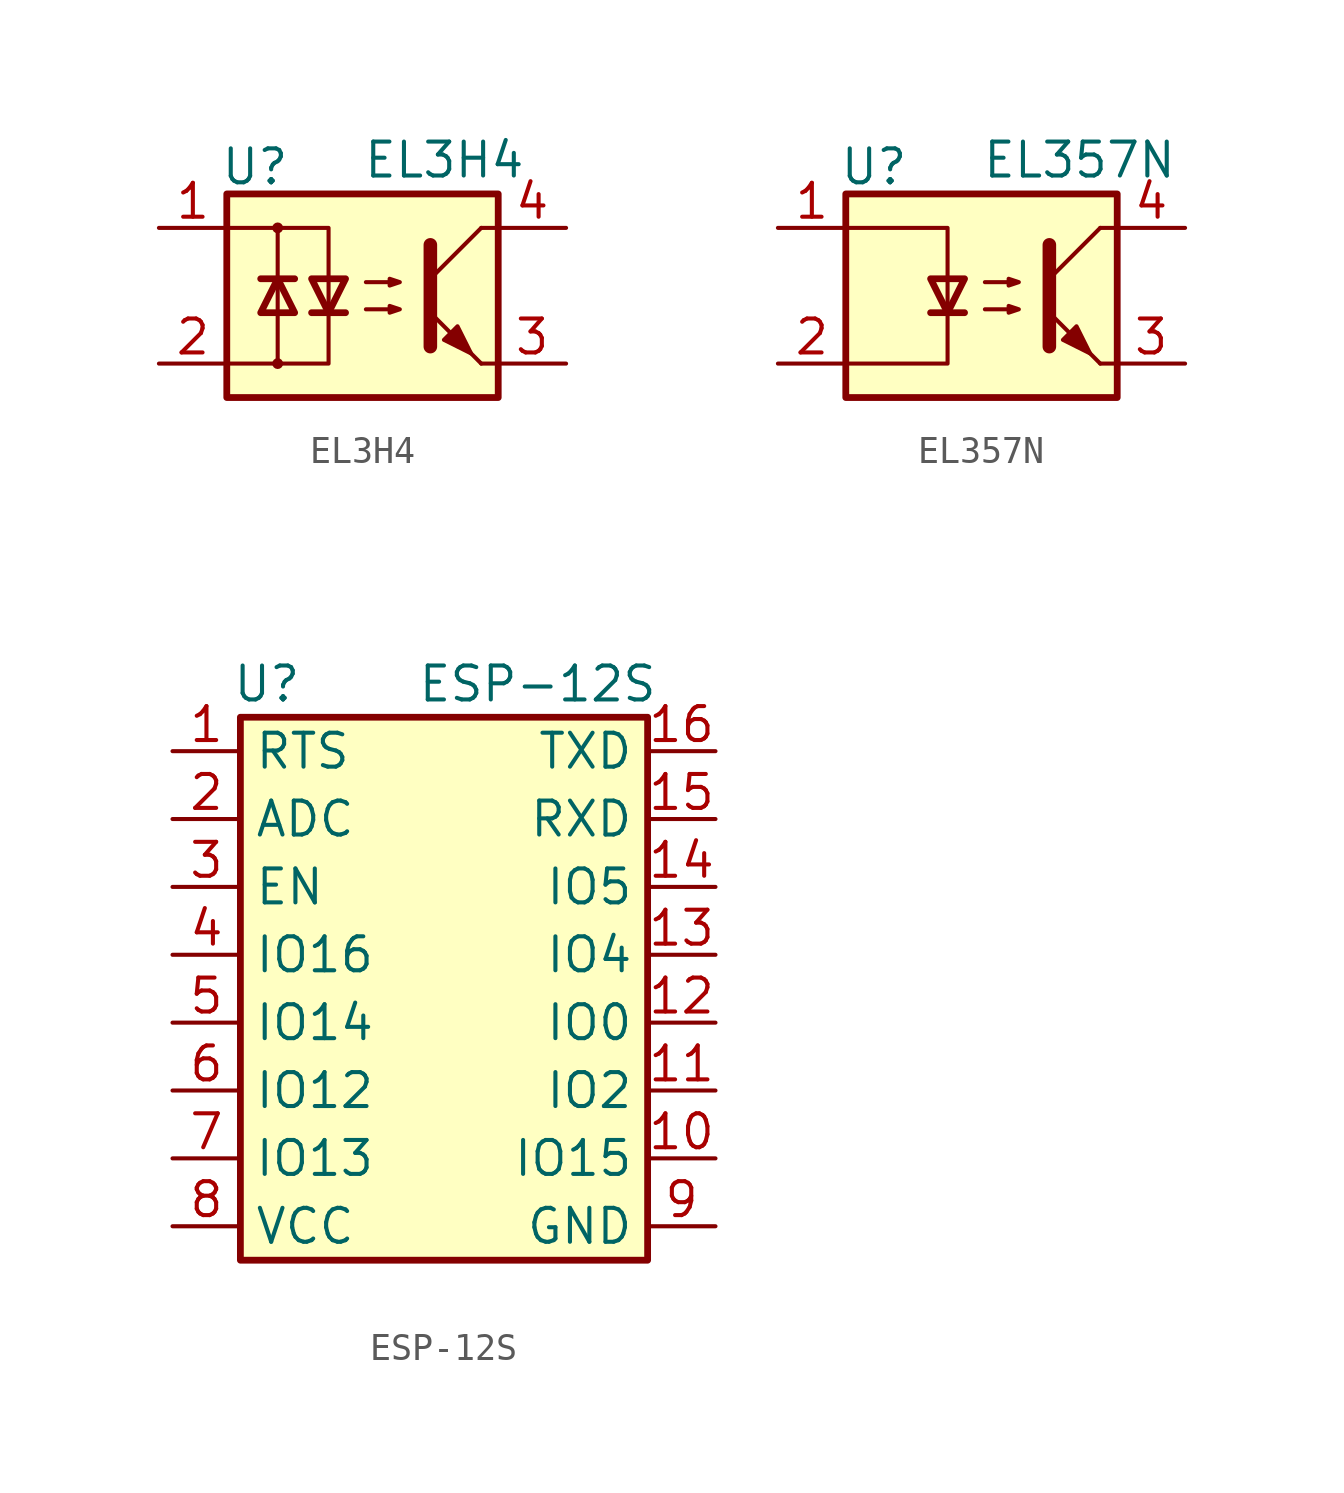
<source format=kicad_sym>
(kicad_symbol_lib
  (version 20211014)
  (generator kicad_symbol_editor)
  (symbol "EL3H4"
    (pin_names
      (offset 1.016))
    (property "Reference" "U"
      (at -5.334 4.826 0)
      (effects (font (size 1.27 1.27)) (justify left)))
    (property "Value" "EL3H4"
      (at 0 5.08 0)
      (effects (font (size 1.27 1.27)) (justify left)))
    (symbol "EL3H4_0_1"
      (rectangle (start -5.08 3.81) (end 5.08 -3.81) (stroke (width 0.254) (type default) (color 0 0 0 0)) (fill (type background)))
      (circle (center -3.175 -2.54) (radius 0.127) (stroke (width 0) (type default) (color 0 0 0 0)) (fill (type none)))
      (circle (center -3.175 2.54) (radius 0.127) (stroke (width 0) (type default) (color 0 0 0 0)) (fill (type none)))
      (polyline (pts (xy -3.81 0.635) (xy -2.54 0.635)) (stroke (width 0.254) (type default) (color 0 0 0 0)) (fill (type none)))
      (polyline (pts (xy -3.175 -0.635) (xy -3.175 -2.54)) (stroke (width 0) (type default) (color 0 0 0 0)) (fill (type none)))
      (polyline (pts (xy -3.175 0.635) (xy -3.175 -0.635)) (stroke (width 0) (type default) (color 0 0 0 0)) (fill (type none)))
      (polyline (pts (xy -3.175 0.635) (xy -3.175 2.54)) (stroke (width 0) (type default) (color 0 0 0 0)) (fill (type none)))
      (polyline (pts (xy -1.905 -0.635) (xy -0.635 -0.635)) (stroke (width 0.254) (type default) (color 0 0 0 0)) (fill (type none)))
      (polyline (pts (xy -1.27 0.635) (xy -1.27 -0.635)) (stroke (width 0) (type default) (color 0 0 0 0)) (fill (type none)))
      (polyline (pts (xy 2.54 0.635) (xy 4.445 2.54)) (stroke (width 0) (type default) (color 0 0 0 0)) (fill (type none)))
      (polyline (pts (xy 4.445 -2.54) (xy 2.54 -0.635)) (stroke (width 0) (type default) (color 0 0 0 0)) (fill (type outline)))
      (polyline (pts (xy 4.445 -2.54) (xy 5.08 -2.54)) (stroke (width 0) (type default) (color 0 0 0 0)) (fill (type none)))
      (polyline (pts (xy 4.445 2.54) (xy 5.08 2.54)) (stroke (width 0) (type default) (color 0 0 0 0)) (fill (type none)))
      (polyline (pts (xy -5.08 2.54) (xy -1.27 2.54) (xy -1.27 0.635)) (stroke (width 0) (type default) (color 0 0 0 0)) (fill (type none)))
      (polyline (pts (xy -1.27 -0.635) (xy -1.27 -2.54) (xy -5.08 -2.54)) (stroke (width 0) (type default) (color 0 0 0 0)) (fill (type none)))
      (polyline (pts (xy 2.54 1.905) (xy 2.54 -1.905) (xy 2.54 -1.905)) (stroke (width 0.508) (type default) (color 0 0 0 0)) (fill (type none)))
      (polyline (pts (xy -3.175 0.635) (xy -3.81 -0.635) (xy -2.54 -0.635) (xy -3.175 0.635)) (stroke (width 0.254) (type default) (color 0 0 0 0)) (fill (type none)))
      (polyline (pts (xy -1.27 -0.635) (xy -1.905 0.635) (xy -0.635 0.635) (xy -1.27 -0.635)) (stroke (width 0.254) (type default) (color 0 0 0 0)) (fill (type none)))
      (polyline (pts (xy 0.127 -0.508) (xy 1.397 -0.508) (xy 1.016 -0.635) (xy 1.016 -0.381) (xy 1.397 -0.508)) (stroke (width 0) (type default) (color 0 0 0 0)) (fill (type none)))
      (polyline (pts (xy 0.127 0.508) (xy 1.397 0.508) (xy 1.016 0.381) (xy 1.016 0.635) (xy 1.397 0.508)) (stroke (width 0) (type default) (color 0 0 0 0)) (fill (type none)))
      (polyline (pts (xy 3.048 -1.651) (xy 3.556 -1.143) (xy 4.064 -2.159) (xy 3.048 -1.651) (xy 3.048 -1.651)) (stroke (width 0) (type default) (color 0 0 0 0)) (fill (type outline))))
    (symbol "EL3H4_1_1"
      (pin passive line (at -7.62 2.54 0) (length 2.54) (name "~" (effects (font (size 1.27 1.27)))) (number "1" (effects (font (size 1.27 1.27)))))
      (pin passive line (at -7.62 -2.54 0) (length 2.54) (name "~" (effects (font (size 1.27 1.27)))) (number "2" (effects (font (size 1.27 1.27)))))
      (pin passive line (at 7.62 -2.54 180) (length 2.54) (name "~" (effects (font (size 1.27 1.27)))) (number "3" (effects (font (size 1.27 1.27)))))
      (pin passive line (at 7.62 2.54 180) (length 2.54) (name "~" (effects (font (size 1.27 1.27)))) (number "4" (effects (font (size 1.27 1.27)))))))
  (symbol "EL357N"
    (pin_names
      (offset 1.016))
    (property "Reference" "U"
      (at -5.334 4.826 0)
      (effects (font (size 1.27 1.27)) (justify left)))
    (property "Value" "EL357N"
      (at 0 5.08 0)
      (effects (font (size 1.27 1.27)) (justify left)))
    (symbol "EL357N_0_1"
      (rectangle (start -5.08 3.81) (end 5.08 -3.81) (stroke (width 0.254) (type default) (color 0 0 0 0)) (fill (type background)))
      (polyline (pts (xy -1.905 -0.635) (xy -0.635 -0.635)) (stroke (width 0.254) (type default) (color 0 0 0 0)) (fill (type none)))
      (polyline (pts (xy -1.27 0.635) (xy -1.27 -0.635)) (stroke (width 0) (type default) (color 0 0 0 0)) (fill (type none)))
      (polyline (pts (xy 2.54 0.635) (xy 4.445 2.54)) (stroke (width 0) (type default) (color 0 0 0 0)) (fill (type none)))
      (polyline (pts (xy 4.445 -2.54) (xy 2.54 -0.635)) (stroke (width 0) (type default) (color 0 0 0 0)) (fill (type outline)))
      (polyline (pts (xy 4.445 -2.54) (xy 5.08 -2.54)) (stroke (width 0) (type default) (color 0 0 0 0)) (fill (type none)))
      (polyline (pts (xy 4.445 2.54) (xy 5.08 2.54)) (stroke (width 0) (type default) (color 0 0 0 0)) (fill (type none)))
      (polyline (pts (xy -5.08 2.54) (xy -1.27 2.54) (xy -1.27 0.635)) (stroke (width 0) (type default) (color 0 0 0 0)) (fill (type none)))
      (polyline (pts (xy -1.27 -0.635) (xy -1.27 -2.54) (xy -5.08 -2.54)) (stroke (width 0) (type default) (color 0 0 0 0)) (fill (type none)))
      (polyline (pts (xy 2.54 1.905) (xy 2.54 -1.905) (xy 2.54 -1.905)) (stroke (width 0.508) (type default) (color 0 0 0 0)) (fill (type none)))
      (polyline (pts (xy -1.27 -0.635) (xy -1.905 0.635) (xy -0.635 0.635) (xy -1.27 -0.635)) (stroke (width 0.254) (type default) (color 0 0 0 0)) (fill (type none)))
      (polyline (pts (xy 0.127 -0.508) (xy 1.397 -0.508) (xy 1.016 -0.635) (xy 1.016 -0.381) (xy 1.397 -0.508)) (stroke (width 0) (type default) (color 0 0 0 0)) (fill (type none)))
      (polyline (pts (xy 0.127 0.508) (xy 1.397 0.508) (xy 1.016 0.381) (xy 1.016 0.635) (xy 1.397 0.508)) (stroke (width 0) (type default) (color 0 0 0 0)) (fill (type none)))
      (polyline (pts (xy 3.048 -1.651) (xy 3.556 -1.143) (xy 4.064 -2.159) (xy 3.048 -1.651) (xy 3.048 -1.651)) (stroke (width 0) (type default) (color 0 0 0 0)) (fill (type outline))))
    (symbol "EL357N_1_1"
      (pin passive line (at -7.62 2.54 0) (length 2.54) (name "~" (effects (font (size 1.27 1.27)))) (number "1" (effects (font (size 1.27 1.27)))))
      (pin passive line (at -7.62 -2.54 0) (length 2.54) (name "~" (effects (font (size 1.27 1.27)))) (number "2" (effects (font (size 1.27 1.27)))))
      (pin passive line (at 7.62 -2.54 180) (length 2.54) (name "~" (effects (font (size 1.27 1.27)))) (number "3" (effects (font (size 1.27 1.27)))))
      (pin passive line (at 7.62 2.54 180) (length 2.54) (name "~" (effects (font (size 1.27 1.27)))) (number "4" (effects (font (size 1.27 1.27)))))))
  (symbol "ESP-12S"
    (property "Reference" "U"
      (at -6.629 11.405 0)
      (effects (font (size 1.27 1.27))))
    (property "Value" "ESP-12S"
      (at 3.505 11.405 0)
      (effects (font (size 1.27 1.27))))
    (symbol "ESP-12S_0_1"
      (rectangle (start -7.62 10.16) (end 7.62 -10.16) (stroke (width 0.254) (type default) (color 0 0 0 0)) (fill (type background))))
    (symbol "ESP-12S_1_1"
      (pin input line (at -10.16 8.89 0) (length 2.54) (name "RTS" (effects (font (size 1.27 1.27)))) (number "1" (effects (font (size 1.27 1.27)))))
      (pin bidirectional line (at 10.16 -6.35 180) (length 2.54) (name "IO15" (effects (font (size 1.27 1.27)))) (number "10" (effects (font (size 1.27 1.27)))))
      (pin bidirectional line (at 10.16 -3.81 180) (length 2.54) (name "IO2" (effects (font (size 1.27 1.27)))) (number "11" (effects (font (size 1.27 1.27)))))
      (pin bidirectional line (at 10.16 -1.27 180) (length 2.54) (name "IO0" (effects (font (size 1.27 1.27)))) (number "12" (effects (font (size 1.27 1.27)))))
      (pin bidirectional line (at 10.16 1.27 180) (length 2.54) (name "IO4" (effects (font (size 1.27 1.27)))) (number "13" (effects (font (size 1.27 1.27)))))
      (pin bidirectional line (at 10.16 3.81 180) (length 2.54) (name "IO5" (effects (font (size 1.27 1.27)))) (number "14" (effects (font (size 1.27 1.27)))))
      (pin bidirectional line (at 10.16 6.35 180) (length 2.54) (name "RXD" (effects (font (size 1.27 1.27)))) (number "15" (effects (font (size 1.27 1.27)))))
      (pin bidirectional line (at 10.16 8.89 180) (length 2.54) (name "TXD" (effects (font (size 1.27 1.27)))) (number "16" (effects (font (size 1.27 1.27)))))
      (pin input line (at -10.16 6.35 0) (length 2.54) (name "ADC" (effects (font (size 1.27 1.27)))) (number "2" (effects (font (size 1.27 1.27)))))
      (pin input line (at -10.16 3.81 0) (length 2.54) (name "EN" (effects (font (size 1.27 1.27)))) (number "3" (effects (font (size 1.27 1.27)))))
      (pin bidirectional line (at -10.16 1.27 0) (length 2.54) (name "IO16" (effects (font (size 1.27 1.27)))) (number "4" (effects (font (size 1.27 1.27)))))
      (pin bidirectional line (at -10.16 -1.27 0) (length 2.54) (name "IO14" (effects (font (size 1.27 1.27)))) (number "5" (effects (font (size 1.27 1.27)))))
      (pin bidirectional line (at -10.16 -3.81 0) (length 2.54) (name "IO12" (effects (font (size 1.27 1.27)))) (number "6" (effects (font (size 1.27 1.27)))))
      (pin bidirectional line (at -10.16 -6.35 0) (length 2.54) (name "IO13" (effects (font (size 1.27 1.27)))) (number "7" (effects (font (size 1.27 1.27)))))
      (pin power_in line (at -10.16 -8.89 0) (length 2.54) (name "VCC" (effects (font (size 1.27 1.27)))) (number "8" (effects (font (size 1.27 1.27)))))
      (pin power_in line (at 10.16 -8.89 180) (length 2.54) (name "GND" (effects (font (size 1.27 1.27)))) (number "9" (effects (font (size 1.27 1.27))))))))
</source>
